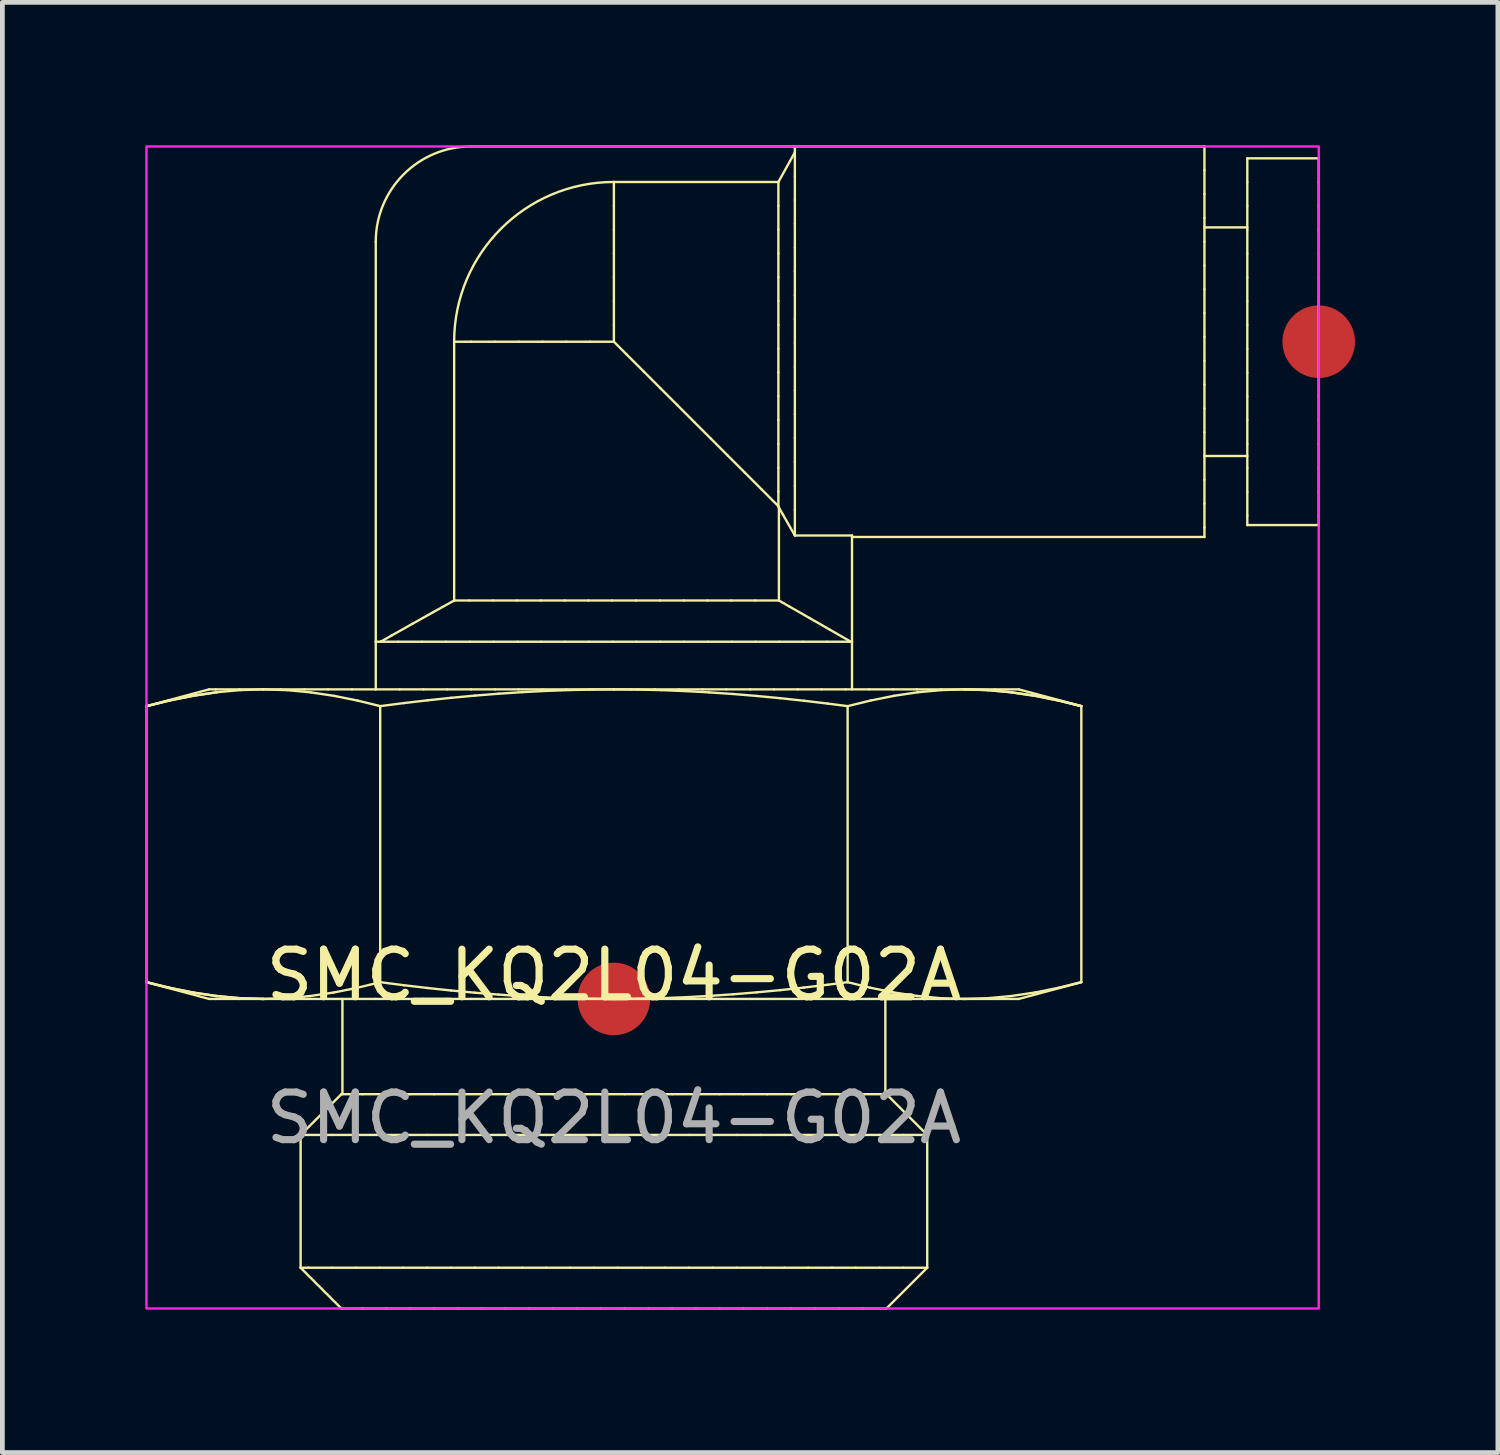
<source format=kicad_pcb>
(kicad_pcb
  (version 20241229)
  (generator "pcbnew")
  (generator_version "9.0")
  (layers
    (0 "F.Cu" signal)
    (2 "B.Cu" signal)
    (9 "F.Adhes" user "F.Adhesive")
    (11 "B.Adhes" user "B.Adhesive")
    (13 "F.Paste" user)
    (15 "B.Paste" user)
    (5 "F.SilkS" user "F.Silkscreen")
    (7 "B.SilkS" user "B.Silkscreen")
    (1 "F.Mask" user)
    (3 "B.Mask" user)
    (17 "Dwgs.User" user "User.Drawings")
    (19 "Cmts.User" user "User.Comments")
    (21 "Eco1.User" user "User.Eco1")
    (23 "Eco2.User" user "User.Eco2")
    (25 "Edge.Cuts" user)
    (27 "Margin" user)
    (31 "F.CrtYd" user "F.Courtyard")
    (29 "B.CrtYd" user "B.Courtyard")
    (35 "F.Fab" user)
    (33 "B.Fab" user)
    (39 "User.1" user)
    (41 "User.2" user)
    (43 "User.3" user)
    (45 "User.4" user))
  (footprint "SMC_KQ2L04-G02A"
    (layer "F.Cu")
    (at 9.84 17.925)
    (property "Reference" "SMC_KQ2L04-G02A" (at 0 -0.5 0) (unlocked yes) (layer "F.SilkS") (effects (font (size 1 1) (thickness 0.15))))
    (attr smd)
    (fp_line (start -9.814 -6.148) (end -9.814 -0.352) (stroke (width 0.05) (type solid)) (layer "F.SilkS"))
    (fp_line (start -9.814 -6.148) (end -9.329 -6.267) (stroke (width 0.05) (type solid)) (layer "F.SilkS"))
    (fp_line (start -9.814 -0.352) (end -9.329 -0.233) (stroke (width 0.05) (type solid)) (layer "F.SilkS"))
    (fp_line (start -9.812 -6.148) (end -9.814 -6.148) (stroke (width 0.05) (type solid)) (layer "F.SilkS"))
    (fp_line (start -9.343 -0.236) (end -9.814 -0.352) (stroke (width 0.05) (type solid)) (layer "F.SilkS"))
    (fp_line (start -9.329 -6.267) (end -8.839 -6.365) (stroke (width 0.05) (type solid)) (layer "F.SilkS"))
    (fp_line (start -9.329 -0.233) (end -8.839 -0.135) (stroke (width 0.05) (type solid)) (layer "F.SilkS"))
    (fp_line (start -9.327 -6.268) (end -9.812 -6.148) (stroke (width 0.05) (type solid)) (layer "F.SilkS"))
    (fp_line (start -8.853 -0.137) (end -9.343 -0.236) (stroke (width 0.05) (type solid)) (layer "F.SilkS"))
    (fp_line (start -8.839 -6.365) (end -8.344 -6.439) (stroke (width 0.05) (type solid)) (layer "F.SilkS"))
    (fp_line (start -8.839 -0.135) (end -8.344 -0.061) (stroke (width 0.05) (type solid)) (layer "F.SilkS"))
    (fp_line (start -8.837 -6.366) (end -9.327 -6.268) (stroke (width 0.05) (type solid)) (layer "F.SilkS"))
    (fp_line (start -8.5 -6.5) (end -9.814 -6.148) (stroke (width 0.05) (type solid)) (layer "F.SilkS"))
    (fp_line (start -8.5 0) (end -9.814 -0.352) (stroke (width 0.05) (type solid)) (layer "F.SilkS"))
    (fp_line (start -8.361 -6.5) (end -8.5 -6.5) (stroke (width 0.05) (type solid)) (layer "F.SilkS"))
    (fp_line (start -8.361 0) (end -8.5 0) (stroke (width 0.05) (type solid)) (layer "F.SilkS"))
    (fp_line (start -8.358 -0.063) (end -8.853 -0.137) (stroke (width 0.05) (type solid)) (layer "F.SilkS"))
    (fp_line (start -8.344 -6.439) (end -7.846 -6.485) (stroke (width 0.05) (type solid)) (layer "F.SilkS"))
    (fp_line (start -8.344 -0.061) (end -7.846 -0.015) (stroke (width 0.05) (type solid)) (layer "F.SilkS"))
    (fp_line (start -8.342 -6.439) (end -8.837 -6.366) (stroke (width 0.05) (type solid)) (layer "F.SilkS"))
    (fp_line (start -7.861 -6.5) (end -8.361 -6.5) (stroke (width 0.05) (type solid)) (layer "F.SilkS"))
    (fp_line (start -7.861 0) (end -8.361 0) (stroke (width 0.05) (type solid)) (layer "F.SilkS"))
    (fp_line (start -7.86 -0.016) (end -8.358 -0.063) (stroke (width 0.05) (type solid)) (layer "F.SilkS"))
    (fp_line (start -7.846 -6.485) (end -7.361 -6.5) (stroke (width 0.05) (type solid)) (layer "F.SilkS"))
    (fp_line (start -7.846 -0.015) (end -7.361 0) (stroke (width 0.05) (type solid)) (layer "F.SilkS"))
    (fp_line (start -7.361 -6.5) (end -7.861 -6.5) (stroke (width 0.05) (type solid)) (layer "F.SilkS"))
    (fp_line (start -7.361 -6.5) (end -6.861 -6.484) (stroke (width 0.05) (type solid)) (layer "F.SilkS"))
    (fp_line (start -7.361 0) (end -7.861 0) (stroke (width 0.05) (type solid)) (layer "F.SilkS"))
    (fp_line (start -7.361 0) (end -7.86 -0.016) (stroke (width 0.05) (type solid)) (layer "F.SilkS"))
    (fp_line (start -7 -6.5) (end -7.361 -6.5) (stroke (width 0.05) (type solid)) (layer "F.SilkS"))
    (fp_line (start -7 0) (end -7.361 0) (stroke (width 0.05) (type solid)) (layer "F.SilkS"))
    (fp_line (start -6.875 -0.015) (end -7.361 0) (stroke (width 0.05) (type solid)) (layer "F.SilkS"))
    (fp_line (start -6.861 -6.484) (end -6.363 -6.437) (stroke (width 0.05) (type solid)) (layer "F.SilkS"))
    (fp_line (start -6.578 5.644) (end -6.578 2.856) (stroke (width 0.05) (type solid)) (layer "F.SilkS"))
    (fp_line (start -6.5 -6.5) (end -7 -6.5) (stroke (width 0.05) (type solid)) (layer "F.SilkS"))
    (fp_line (start -6.5 0) (end -7 0) (stroke (width 0.05) (type solid)) (layer "F.SilkS"))
    (fp_line (start -6.421 2.856) (end -6.578 2.856) (stroke (width 0.05) (type solid)) (layer "F.SilkS"))
    (fp_line (start -6.421 5.644) (end -6.578 5.644) (stroke (width 0.05) (type solid)) (layer "F.SilkS"))
    (fp_line (start -6.377 -0.061) (end -6.875 -0.015) (stroke (width 0.05) (type solid)) (layer "F.SilkS"))
    (fp_line (start -6.363 -6.437) (end -5.869 -6.363) (stroke (width 0.05) (type solid)) (layer "F.SilkS"))
    (fp_line (start -6 -6.5) (end -6.5 -6.5) (stroke (width 0.05) (type solid)) (layer "F.SilkS"))
    (fp_line (start -6 0) (end -6.5 0) (stroke (width 0.05) (type solid)) (layer "F.SilkS"))
    (fp_line (start -5.921 2.856) (end -6.421 2.856) (stroke (width 0.05) (type solid)) (layer "F.SilkS"))
    (fp_line (start -5.921 5.644) (end -6.421 5.644) (stroke (width 0.05) (type solid)) (layer "F.SilkS"))
    (fp_line (start -5.883 -0.135) (end -6.377 -0.061) (stroke (width 0.05) (type solid)) (layer "F.SilkS"))
    (fp_line (start -5.869 -6.363) (end -5.379 -6.264) (stroke (width 0.05) (type solid)) (layer "F.SilkS"))
    (fp_line (start -5.722 2) (end -6.578 2.856) (stroke (width 0.05) (type solid)) (layer "F.SilkS"))
    (fp_line (start -5.722 6.5) (end -6.578 5.644) (stroke (width 0.05) (type solid)) (layer "F.SilkS"))
    (fp_line (start -5.7 2) (end -5.7 0) (stroke (width 0.05) (type solid)) (layer "F.SilkS"))
    (fp_line (start -5.5 -6.5) (end -6 -6.5) (stroke (width 0.05) (type solid)) (layer "F.SilkS"))
    (fp_line (start -5.5 0) (end -6 0) (stroke (width 0.05) (type solid)) (layer "F.SilkS"))
    (fp_line (start -5.421 2.856) (end -5.921 2.856) (stroke (width 0.05) (type solid)) (layer "F.SilkS"))
    (fp_line (start -5.421 5.644) (end -5.921 5.644) (stroke (width 0.05) (type solid)) (layer "F.SilkS"))
    (fp_line (start -5.392 -0.233) (end -5.883 -0.135) (stroke (width 0.05) (type solid)) (layer "F.SilkS"))
    (fp_line (start -5.379 -6.264) (end -4.907 -6.148) (stroke (width 0.05) (type solid)) (layer "F.SilkS"))
    (fp_line (start -5.277 2) (end -5.722 2) (stroke (width 0.05) (type solid)) (layer "F.SilkS"))
    (fp_line (start -5.277 6.5) (end -5.722 6.5) (stroke (width 0.05) (type solid)) (layer "F.SilkS"))
    (fp_line (start -5 -15.9) (end -5 -7.5) (stroke (width 0.05) (type solid)) (layer "F.SilkS"))
    (fp_line (start -5 -7.5) (end -4.899 -7.5) (stroke (width 0.05) (type solid)) (layer "F.SilkS"))
    (fp_line (start -5 -6.5) (end -5.5 -6.5) (stroke (width 0.05) (type solid)) (layer "F.SilkS"))
    (fp_line (start -5 -6.5) (end -5 -7.5) (stroke (width 0.05) (type solid)) (layer "F.SilkS"))
    (fp_line (start -5 0) (end -5.5 0) (stroke (width 0.05) (type solid)) (layer "F.SilkS"))
    (fp_line (start -4.921 2.856) (end -5.421 2.856) (stroke (width 0.05) (type solid)) (layer "F.SilkS"))
    (fp_line (start -4.921 5.644) (end -5.421 5.644) (stroke (width 0.05) (type solid)) (layer "F.SilkS"))
    (fp_line (start -4.907 -6.148) (end -4.907 -0.352) (stroke (width 0.05) (type solid)) (layer "F.SilkS"))
    (fp_line (start -4.907 -6.148) (end -4.411 -6.212) (stroke (width 0.05) (type solid)) (layer "F.SilkS"))
    (fp_line (start -4.907 -0.352) (end -5.392 -0.233) (stroke (width 0.05) (type solid)) (layer "F.SilkS"))
    (fp_line (start -4.907 -0.352) (end -4.411 -0.288) (stroke (width 0.05) (type solid)) (layer "F.SilkS"))
    (fp_line (start -4.777 2) (end -5.277 2) (stroke (width 0.05) (type solid)) (layer "F.SilkS"))
    (fp_line (start -4.777 6.5) (end -5.277 6.5) (stroke (width 0.05) (type solid)) (layer "F.SilkS"))
    (fp_line (start -4.663 -7.633) (end -4.899 -7.5) (stroke (width 0.05) (type solid)) (layer "F.SilkS"))
    (fp_line (start -4.525 -7.5) (end -4.899 -7.5) (stroke (width 0.05) (type solid)) (layer "F.SilkS"))
    (fp_line (start -4.5 -6.5) (end -5 -6.5) (stroke (width 0.05) (type solid)) (layer "F.SilkS"))
    (fp_line (start -4.5 0) (end -5 0) (stroke (width 0.05) (type solid)) (layer "F.SilkS"))
    (fp_line (start -4.421 2.856) (end -4.921 2.856) (stroke (width 0.05) (type solid)) (layer "F.SilkS"))
    (fp_line (start -4.421 5.644) (end -4.921 5.644) (stroke (width 0.05) (type solid)) (layer "F.SilkS"))
    (fp_line (start -4.411 -6.212) (end -3.915 -6.27) (stroke (width 0.05) (type solid)) (layer "F.SilkS"))
    (fp_line (start -4.411 -0.288) (end -3.915 -0.23) (stroke (width 0.05) (type solid)) (layer "F.SilkS"))
    (fp_line (start -4.277 2) (end -4.777 2) (stroke (width 0.05) (type solid)) (layer "F.SilkS"))
    (fp_line (start -4.277 6.5) (end -4.777 6.5) (stroke (width 0.05) (type solid)) (layer "F.SilkS"))
    (fp_line (start -4.227 -7.879) (end -4.663 -7.633) (stroke (width 0.05) (type solid)) (layer "F.SilkS"))
    (fp_line (start -4.025 -7.5) (end -4.525 -7.5) (stroke (width 0.05) (type solid)) (layer "F.SilkS"))
    (fp_line (start -4 -6.5) (end -4.5 -6.5) (stroke (width 0.05) (type solid)) (layer "F.SilkS"))
    (fp_line (start -4 0) (end -4.5 0) (stroke (width 0.05) (type solid)) (layer "F.SilkS"))
    (fp_line (start -3.921 2.856) (end -4.421 2.856) (stroke (width 0.05) (type solid)) (layer "F.SilkS"))
    (fp_line (start -3.921 5.644) (end -4.421 5.644) (stroke (width 0.05) (type solid)) (layer "F.SilkS"))
    (fp_line (start -3.915 -6.27) (end -3.417 -6.323) (stroke (width 0.05) (type solid)) (layer "F.SilkS"))
    (fp_line (start -3.915 -0.23) (end -3.417 -0.177) (stroke (width 0.05) (type solid)) (layer "F.SilkS"))
    (fp_line (start -3.791 -8.123) (end -4.227 -7.879) (stroke (width 0.05) (type solid)) (layer "F.SilkS"))
    (fp_line (start -3.777 2) (end -4.277 2) (stroke (width 0.05) (type solid)) (layer "F.SilkS"))
    (fp_line (start -3.777 6.5) (end -4.277 6.5) (stroke (width 0.05) (type solid)) (layer "F.SilkS"))
    (fp_line (start -3.525 -7.5) (end -4.025 -7.5) (stroke (width 0.05) (type solid)) (layer "F.SilkS"))
    (fp_line (start -3.5 -6.5) (end -4 -6.5) (stroke (width 0.05) (type solid)) (layer "F.SilkS"))
    (fp_line (start -3.5 0) (end -4 0) (stroke (width 0.05) (type solid)) (layer "F.SilkS"))
    (fp_line (start -3.421 2.856) (end -3.921 2.856) (stroke (width 0.05) (type solid)) (layer "F.SilkS"))
    (fp_line (start -3.421 5.644) (end -3.921 5.644) (stroke (width 0.05) (type solid)) (layer "F.SilkS"))
    (fp_line (start -3.417 -6.323) (end -2.92 -6.369) (stroke (width 0.05) (type solid)) (layer "F.SilkS"))
    (fp_line (start -3.417 -0.177) (end -2.92 -0.131) (stroke (width 0.05) (type solid)) (layer "F.SilkS"))
    (fp_line (start -3.354 -13.8) (end -3.354 -8.366) (stroke (width 0.05) (type solid)) (layer "F.SilkS"))
    (fp_line (start -3.354 -8.366) (end -3.791 -8.123) (stroke (width 0.05) (type solid)) (layer "F.SilkS"))
    (fp_line (start -3.277 2) (end -3.777 2) (stroke (width 0.05) (type solid)) (layer "F.SilkS"))
    (fp_line (start -3.277 6.5) (end -3.777 6.5) (stroke (width 0.05) (type solid)) (layer "F.SilkS"))
    (fp_line (start -3.035 -8.366) (end -3.354 -8.366) (stroke (width 0.05) (type solid)) (layer "F.SilkS"))
    (fp_line (start -3.025 -7.5) (end -3.525 -7.5) (stroke (width 0.05) (type solid)) (layer "F.SilkS"))
    (fp_line (start -3 -13.8) (end -3.354 -13.8) (stroke (width 0.05) (type solid)) (layer "F.SilkS"))
    (fp_line (start -3 -6.5) (end -3.5 -6.5) (stroke (width 0.05) (type solid)) (layer "F.SilkS"))
    (fp_line (start -3 0) (end -3.5 0) (stroke (width 0.05) (type solid)) (layer "F.SilkS"))
    (fp_line (start -2.921 2.856) (end -3.421 2.856) (stroke (width 0.05) (type solid)) (layer "F.SilkS"))
    (fp_line (start -2.921 5.644) (end -3.421 5.644) (stroke (width 0.05) (type solid)) (layer "F.SilkS"))
    (fp_line (start -2.92 -6.369) (end -2.421 -6.409) (stroke (width 0.05) (type solid)) (layer "F.SilkS"))
    (fp_line (start -2.92 -0.131) (end -2.421 -0.091) (stroke (width 0.05) (type solid)) (layer "F.SilkS"))
    (fp_line (start -2.777 2) (end -3.277 2) (stroke (width 0.05) (type solid)) (layer "F.SilkS"))
    (fp_line (start -2.777 6.5) (end -3.277 6.5) (stroke (width 0.05) (type solid)) (layer "F.SilkS"))
    (fp_line (start -2.535 -8.366) (end -3.035 -8.366) (stroke (width 0.05) (type solid)) (layer "F.SilkS"))
    (fp_line (start -2.525 -7.5) (end -3.025 -7.5) (stroke (width 0.05) (type solid)) (layer "F.SilkS"))
    (fp_line (start -2.5 -13.8) (end -3 -13.8) (stroke (width 0.05) (type solid)) (layer "F.SilkS"))
    (fp_line (start -2.5 -6.5) (end -3 -6.5) (stroke (width 0.05) (type solid)) (layer "F.SilkS"))
    (fp_line (start -2.5 0) (end -3 0) (stroke (width 0.05) (type solid)) (layer "F.SilkS"))
    (fp_line (start -2.421 -6.409) (end -1.922 -6.442) (stroke (width 0.05) (type solid)) (layer "F.SilkS"))
    (fp_line (start -2.421 -0.091) (end -1.922 -0.058) (stroke (width 0.05) (type solid)) (layer "F.SilkS"))
    (fp_line (start -2.421 2.856) (end -2.921 2.856) (stroke (width 0.05) (type solid)) (layer "F.SilkS"))
    (fp_line (start -2.421 5.644) (end -2.921 5.644) (stroke (width 0.05) (type solid)) (layer "F.SilkS"))
    (fp_line (start -2.277 2) (end -2.777 2) (stroke (width 0.05) (type solid)) (layer "F.SilkS"))
    (fp_line (start -2.277 6.5) (end -2.777 6.5) (stroke (width 0.05) (type solid)) (layer "F.SilkS"))
    (fp_line (start -2.035 -8.366) (end -2.535 -8.366) (stroke (width 0.05) (type solid)) (layer "F.SilkS"))
    (fp_line (start -2.025 -7.5) (end -2.525 -7.5) (stroke (width 0.05) (type solid)) (layer "F.SilkS"))
    (fp_line (start -2 -13.8) (end -2.5 -13.8) (stroke (width 0.05) (type solid)) (layer "F.SilkS"))
    (fp_line (start -2 -6.5) (end -2.5 -6.5) (stroke (width 0.05) (type solid)) (layer "F.SilkS"))
    (fp_line (start -2 0) (end -2.5 0) (stroke (width 0.05) (type solid)) (layer "F.SilkS"))
    (fp_line (start -1.922 -6.442) (end -1.423 -6.468) (stroke (width 0.05) (type solid)) (layer "F.SilkS"))
    (fp_line (start -1.922 -0.058) (end -1.423 -0.032) (stroke (width 0.05) (type solid)) (layer "F.SilkS"))
    (fp_line (start -1.921 2.856) (end -2.421 2.856) (stroke (width 0.05) (type solid)) (layer "F.SilkS"))
    (fp_line (start -1.921 5.644) (end -2.421 5.644) (stroke (width 0.05) (type solid)) (layer "F.SilkS"))
    (fp_line (start -1.777 2) (end -2.277 2) (stroke (width 0.05) (type solid)) (layer "F.SilkS"))
    (fp_line (start -1.777 6.5) (end -2.277 6.5) (stroke (width 0.05) (type solid)) (layer "F.SilkS"))
    (fp_line (start -1.535 -8.366) (end -2.035 -8.366) (stroke (width 0.05) (type solid)) (layer "F.SilkS"))
    (fp_line (start -1.525 -7.5) (end -2.025 -7.5) (stroke (width 0.05) (type solid)) (layer "F.SilkS"))
    (fp_line (start -1.5 -13.8) (end -2 -13.8) (stroke (width 0.05) (type solid)) (layer "F.SilkS"))
    (fp_line (start -1.5 -6.5) (end -2 -6.5) (stroke (width 0.05) (type solid)) (layer "F.SilkS"))
    (fp_line (start -1.5 0) (end -2 0) (stroke (width 0.05) (type solid)) (layer "F.SilkS"))
    (fp_line (start -1.423 -6.468) (end -0.923 -6.486) (stroke (width 0.05) (type solid)) (layer "F.SilkS"))
    (fp_line (start -1.423 -0.032) (end -0.923 -0.013) (stroke (width 0.05) (type solid)) (layer "F.SilkS"))
    (fp_line (start -1.421 2.856) (end -1.921 2.856) (stroke (width 0.05) (type solid)) (layer "F.SilkS"))
    (fp_line (start -1.421 5.644) (end -1.921 5.644) (stroke (width 0.05) (type solid)) (layer "F.SilkS"))
    (fp_line (start -1.277 2) (end -1.777 2) (stroke (width 0.05) (type solid)) (layer "F.SilkS"))
    (fp_line (start -1.277 6.5) (end -1.777 6.5) (stroke (width 0.05) (type solid)) (layer "F.SilkS"))
    (fp_line (start -1.035 -8.366) (end -1.535 -8.366) (stroke (width 0.05) (type solid)) (layer "F.SilkS"))
    (fp_line (start -1.025 -7.5) (end -1.525 -7.5) (stroke (width 0.05) (type solid)) (layer "F.SilkS"))
    (fp_line (start -1 -13.8) (end -1.5 -13.8) (stroke (width 0.05) (type solid)) (layer "F.SilkS"))
    (fp_line (start -1 -6.5) (end -1.5 -6.5) (stroke (width 0.05) (type solid)) (layer "F.SilkS"))
    (fp_line (start -1 0) (end -1.5 0) (stroke (width 0.05) (type solid)) (layer "F.SilkS"))
    (fp_line (start -0.923 -6.486) (end -0.423 -6.497) (stroke (width 0.05) (type solid)) (layer "F.SilkS"))
    (fp_line (start -0.923 -0.013) (end -0.423 -0.003) (stroke (width 0.05) (type solid)) (layer "F.SilkS"))
    (fp_line (start -0.921 2.856) (end -1.421 2.856) (stroke (width 0.05) (type solid)) (layer "F.SilkS"))
    (fp_line (start -0.921 5.644) (end -1.421 5.644) (stroke (width 0.05) (type solid)) (layer "F.SilkS"))
    (fp_line (start -0.777 2) (end -1.277 2) (stroke (width 0.05) (type solid)) (layer "F.SilkS"))
    (fp_line (start -0.777 6.5) (end -1.277 6.5) (stroke (width 0.05) (type solid)) (layer "F.SilkS"))
    (fp_line (start -0.535 -8.366) (end -1.035 -8.366) (stroke (width 0.05) (type solid)) (layer "F.SilkS"))
    (fp_line (start -0.525 -7.5) (end -1.025 -7.5) (stroke (width 0.05) (type solid)) (layer "F.SilkS"))
    (fp_line (start -0.5 -13.8) (end -1 -13.8) (stroke (width 0.05) (type solid)) (layer "F.SilkS"))
    (fp_line (start -0.5 -6.5) (end -1 -6.5) (stroke (width 0.05) (type solid)) (layer "F.SilkS"))
    (fp_line (start -0.5 0) (end -1 0) (stroke (width 0.05) (type solid)) (layer "F.SilkS"))
    (fp_line (start -0.423 -6.497) (end 0 -6.5) (stroke (width 0.05) (type solid)) (layer "F.SilkS"))
    (fp_line (start -0.423 -0.003) (end 0 0) (stroke (width 0.05) (type solid)) (layer "F.SilkS"))
    (fp_line (start -0.421 2.856) (end -0.921 2.856) (stroke (width 0.05) (type solid)) (layer "F.SilkS"))
    (fp_line (start -0.421 5.644) (end -0.921 5.644) (stroke (width 0.05) (type solid)) (layer "F.SilkS"))
    (fp_line (start -0.277 2) (end -0.777 2) (stroke (width 0.05) (type solid)) (layer "F.SilkS"))
    (fp_line (start -0.277 6.5) (end -0.777 6.5) (stroke (width 0.05) (type solid)) (layer "F.SilkS"))
    (fp_line (start -0.035 -8.366) (end -0.535 -8.366) (stroke (width 0.05) (type solid)) (layer "F.SilkS"))
    (fp_line (start -0.025 -7.5) (end -0.525 -7.5) (stroke (width 0.05) (type solid)) (layer "F.SilkS"))
    (fp_line (start 0 -17.154) (end 0 -16.654) (stroke (width 0.05) (type solid)) (layer "F.SilkS"))
    (fp_line (start 0 -17.154) (end 3.454 -17.154) (stroke (width 0.05) (type solid)) (layer "F.SilkS"))
    (fp_line (start 0 -16.654) (end 0 -16.154) (stroke (width 0.05) (type solid)) (layer "F.SilkS"))
    (fp_line (start 0 -16.154) (end 0 -15.654) (stroke (width 0.05) (type solid)) (layer "F.SilkS"))
    (fp_line (start 0 -15.654) (end 0 -15.154) (stroke (width 0.05) (type solid)) (layer "F.SilkS"))
    (fp_line (start 0 -15.154) (end 0 -14.654) (stroke (width 0.05) (type solid)) (layer "F.SilkS"))
    (fp_line (start 0 -14.654) (end 0 -14.154) (stroke (width 0.05) (type solid)) (layer "F.SilkS"))
    (fp_line (start 0 -14.154) (end 0 -13.8) (stroke (width 0.05) (type solid)) (layer "F.SilkS"))
    (fp_line (start 0 -13.8) (end -0.5 -13.8) (stroke (width 0.05) (type solid)) (layer "F.SilkS"))
    (fp_line (start 0 -6.5) (end -0.5 -6.5) (stroke (width 0.05) (type solid)) (layer "F.SilkS"))
    (fp_line (start 0 -6.5) (end 0.5 -6.496) (stroke (width 0.05) (type solid)) (layer "F.SilkS"))
    (fp_line (start 0 0) (end -0.5 0) (stroke (width 0.05) (type solid)) (layer "F.SilkS"))
    (fp_line (start 0 0) (end 0.5 -0.004) (stroke (width 0.05) (type solid)) (layer "F.SilkS"))
    (fp_line (start 0.079 2.856) (end -0.421 2.856) (stroke (width 0.05) (type solid)) (layer "F.SilkS"))
    (fp_line (start 0.079 5.644) (end -0.421 5.644) (stroke (width 0.05) (type solid)) (layer "F.SilkS"))
    (fp_line (start 0.223 2) (end -0.277 2) (stroke (width 0.05) (type solid)) (layer "F.SilkS"))
    (fp_line (start 0.223 6.5) (end -0.277 6.5) (stroke (width 0.05) (type solid)) (layer "F.SilkS"))
    (fp_line (start 0.272 -13.528) (end 0 -13.8) (stroke (width 0.05) (type solid)) (layer "F.SilkS"))
    (fp_line (start 0.362 -6.5) (end 0 -6.5) (stroke (width 0.05) (type solid)) (layer "F.SilkS"))
    (fp_line (start 0.362 0) (end 0 0) (stroke (width 0.05) (type solid)) (layer "F.SilkS"))
    (fp_line (start 0.465 -8.366) (end -0.035 -8.366) (stroke (width 0.05) (type solid)) (layer "F.SilkS"))
    (fp_line (start 0.475 -7.5) (end -0.025 -7.5) (stroke (width 0.05) (type solid)) (layer "F.SilkS"))
    (fp_line (start 0.5 -6.496) (end 1 -6.484) (stroke (width 0.05) (type solid)) (layer "F.SilkS"))
    (fp_line (start 0.5 -0.004) (end 1 -0.016) (stroke (width 0.05) (type solid)) (layer "F.SilkS"))
    (fp_line (start 0.579 2.856) (end 0.079 2.856) (stroke (width 0.05) (type solid)) (layer "F.SilkS"))
    (fp_line (start 0.579 5.644) (end 0.079 5.644) (stroke (width 0.05) (type solid)) (layer "F.SilkS"))
    (fp_line (start 0.626 -13.175) (end 0.272 -13.528) (stroke (width 0.05) (type solid)) (layer "F.SilkS"))
    (fp_line (start 0.723 2) (end 0.223 2) (stroke (width 0.05) (type solid)) (layer "F.SilkS"))
    (fp_line (start 0.723 6.5) (end 0.223 6.5) (stroke (width 0.05) (type solid)) (layer "F.SilkS"))
    (fp_line (start 0.862 -6.5) (end 0.362 -6.5) (stroke (width 0.05) (type solid)) (layer "F.SilkS"))
    (fp_line (start 0.862 0) (end 0.362 0) (stroke (width 0.05) (type solid)) (layer "F.SilkS"))
    (fp_line (start 0.965 -8.366) (end 0.465 -8.366) (stroke (width 0.05) (type solid)) (layer "F.SilkS"))
    (fp_line (start 0.975 -7.5) (end 0.475 -7.5) (stroke (width 0.05) (type solid)) (layer "F.SilkS"))
    (fp_line (start 0.979 -12.821) (end 0.626 -13.175) (stroke (width 0.05) (type solid)) (layer "F.SilkS"))
    (fp_line (start 1 -6.484) (end 1.5 -6.464) (stroke (width 0.05) (type solid)) (layer "F.SilkS"))
    (fp_line (start 1 -0.016) (end 1.5 -0.036) (stroke (width 0.05) (type solid)) (layer "F.SilkS"))
    (fp_line (start 1.079 2.856) (end 0.579 2.856) (stroke (width 0.05) (type solid)) (layer "F.SilkS"))
    (fp_line (start 1.079 5.644) (end 0.579 5.644) (stroke (width 0.05) (type solid)) (layer "F.SilkS"))
    (fp_line (start 1.223 2) (end 0.723 2) (stroke (width 0.05) (type solid)) (layer "F.SilkS"))
    (fp_line (start 1.223 6.5) (end 0.723 6.5) (stroke (width 0.05) (type solid)) (layer "F.SilkS"))
    (fp_line (start 1.333 -12.468) (end 0.979 -12.821) (stroke (width 0.05) (type solid)) (layer "F.SilkS"))
    (fp_line (start 1.362 -6.5) (end 0.862 -6.5) (stroke (width 0.05) (type solid)) (layer "F.SilkS"))
    (fp_line (start 1.362 0) (end 0.862 0) (stroke (width 0.05) (type solid)) (layer "F.SilkS"))
    (fp_line (start 1.465 -8.366) (end 0.965 -8.366) (stroke (width 0.05) (type solid)) (layer "F.SilkS"))
    (fp_line (start 1.475 -7.5) (end 0.975 -7.5) (stroke (width 0.05) (type solid)) (layer "F.SilkS"))
    (fp_line (start 1.5 -6.464) (end 1.999 -6.437) (stroke (width 0.05) (type solid)) (layer "F.SilkS"))
    (fp_line (start 1.5 -0.036) (end 1.999 -0.063) (stroke (width 0.05) (type solid)) (layer "F.SilkS"))
    (fp_line (start 1.579 2.856) (end 1.079 2.856) (stroke (width 0.05) (type solid)) (layer "F.SilkS"))
    (fp_line (start 1.579 5.644) (end 1.079 5.644) (stroke (width 0.05) (type solid)) (layer "F.SilkS"))
    (fp_line (start 1.686 -12.114) (end 1.333 -12.468) (stroke (width 0.05) (type solid)) (layer "F.SilkS"))
    (fp_line (start 1.723 2) (end 1.223 2) (stroke (width 0.05) (type solid)) (layer "F.SilkS"))
    (fp_line (start 1.723 6.5) (end 1.223 6.5) (stroke (width 0.05) (type solid)) (layer "F.SilkS"))
    (fp_line (start 1.862 -6.5) (end 1.362 -6.5) (stroke (width 0.05) (type solid)) (layer "F.SilkS"))
    (fp_line (start 1.862 0) (end 1.362 0) (stroke (width 0.05) (type solid)) (layer "F.SilkS"))
    (fp_line (start 1.965 -8.366) (end 1.465 -8.366) (stroke (width 0.05) (type solid)) (layer "F.SilkS"))
    (fp_line (start 1.975 -7.5) (end 1.475 -7.5) (stroke (width 0.05) (type solid)) (layer "F.SilkS"))
    (fp_line (start 1.999 -6.437) (end 2.498 -6.403) (stroke (width 0.05) (type solid)) (layer "F.SilkS"))
    (fp_line (start 1.999 -0.063) (end 2.498 -0.097) (stroke (width 0.05) (type solid)) (layer "F.SilkS"))
    (fp_line (start 2.04 -11.761) (end 1.686 -12.114) (stroke (width 0.05) (type solid)) (layer "F.SilkS"))
    (fp_line (start 2.079 2.856) (end 1.579 2.856) (stroke (width 0.05) (type solid)) (layer "F.SilkS"))
    (fp_line (start 2.079 5.644) (end 1.579 5.644) (stroke (width 0.05) (type solid)) (layer "F.SilkS"))
    (fp_line (start 2.223 2) (end 1.723 2) (stroke (width 0.05) (type solid)) (layer "F.SilkS"))
    (fp_line (start 2.223 6.5) (end 1.723 6.5) (stroke (width 0.05) (type solid)) (layer "F.SilkS"))
    (fp_line (start 2.362 -6.5) (end 1.862 -6.5) (stroke (width 0.05) (type solid)) (layer "F.SilkS"))
    (fp_line (start 2.362 0) (end 1.862 0) (stroke (width 0.05) (type solid)) (layer "F.SilkS"))
    (fp_line (start 2.393 -11.407) (end 2.04 -11.761) (stroke (width 0.05) (type solid)) (layer "F.SilkS"))
    (fp_line (start 2.465 -8.366) (end 1.965 -8.366) (stroke (width 0.05) (type solid)) (layer "F.SilkS"))
    (fp_line (start 2.475 -7.5) (end 1.975 -7.5) (stroke (width 0.05) (type solid)) (layer "F.SilkS"))
    (fp_line (start 2.498 -6.403) (end 2.996 -6.362) (stroke (width 0.05) (type solid)) (layer "F.SilkS"))
    (fp_line (start 2.498 -0.097) (end 2.996 -0.138) (stroke (width 0.05) (type solid)) (layer "F.SilkS"))
    (fp_line (start 2.579 2.856) (end 2.079 2.856) (stroke (width 0.05) (type solid)) (layer "F.SilkS"))
    (fp_line (start 2.579 5.644) (end 2.079 5.644) (stroke (width 0.05) (type solid)) (layer "F.SilkS"))
    (fp_line (start 2.723 2) (end 2.223 2) (stroke (width 0.05) (type solid)) (layer "F.SilkS"))
    (fp_line (start 2.723 6.5) (end 2.223 6.5) (stroke (width 0.05) (type solid)) (layer "F.SilkS"))
    (fp_line (start 2.747 -11.054) (end 2.393 -11.407) (stroke (width 0.05) (type solid)) (layer "F.SilkS"))
    (fp_line (start 2.862 -6.5) (end 2.362 -6.5) (stroke (width 0.05) (type solid)) (layer "F.SilkS"))
    (fp_line (start 2.862 0) (end 2.362 0) (stroke (width 0.05) (type solid)) (layer "F.SilkS"))
    (fp_line (start 2.965 -8.366) (end 2.465 -8.366) (stroke (width 0.05) (type solid)) (layer "F.SilkS"))
    (fp_line (start 2.975 -7.5) (end 2.475 -7.5) (stroke (width 0.05) (type solid)) (layer "F.SilkS"))
    (fp_line (start 2.996 -6.362) (end 3.494 -6.315) (stroke (width 0.05) (type solid)) (layer "F.SilkS"))
    (fp_line (start 2.996 -0.138) (end 3.494 -0.185) (stroke (width 0.05) (type solid)) (layer "F.SilkS"))
    (fp_line (start 3.079 2.856) (end 2.579 2.856) (stroke (width 0.05) (type solid)) (layer "F.SilkS"))
    (fp_line (start 3.079 5.644) (end 2.579 5.644) (stroke (width 0.05) (type solid)) (layer "F.SilkS"))
    (fp_line (start 3.101 -10.7) (end 2.747 -11.054) (stroke (width 0.05) (type solid)) (layer "F.SilkS"))
    (fp_line (start 3.223 2) (end 2.723 2) (stroke (width 0.05) (type solid)) (layer "F.SilkS"))
    (fp_line (start 3.223 6.5) (end 2.723 6.5) (stroke (width 0.05) (type solid)) (layer "F.SilkS"))
    (fp_line (start 3.362 -6.5) (end 2.862 -6.5) (stroke (width 0.05) (type solid)) (layer "F.SilkS"))
    (fp_line (start 3.362 0) (end 2.862 0) (stroke (width 0.05) (type solid)) (layer "F.SilkS"))
    (fp_line (start 3.454 -17.154) (end 3.454 -16.654) (stroke (width 0.05) (type solid)) (layer "F.SilkS"))
    (fp_line (start 3.454 -17.154) (end 3.697 -17.591) (stroke (width 0.05) (type solid)) (layer "F.SilkS"))
    (fp_line (start 3.454 -16.654) (end 3.454 -16.154) (stroke (width 0.05) (type solid)) (layer "F.SilkS"))
    (fp_line (start 3.454 -16.154) (end 3.454 -15.654) (stroke (width 0.05) (type solid)) (layer "F.SilkS"))
    (fp_line (start 3.454 -15.654) (end 3.454 -15.154) (stroke (width 0.05) (type solid)) (layer "F.SilkS"))
    (fp_line (start 3.454 -15.154) (end 3.454 -14.654) (stroke (width 0.05) (type solid)) (layer "F.SilkS"))
    (fp_line (start 3.454 -14.654) (end 3.454 -14.154) (stroke (width 0.05) (type solid)) (layer "F.SilkS"))
    (fp_line (start 3.454 -14.154) (end 3.454 -13.654) (stroke (width 0.05) (type solid)) (layer "F.SilkS"))
    (fp_line (start 3.454 -13.654) (end 3.454 -13.154) (stroke (width 0.05) (type solid)) (layer "F.SilkS"))
    (fp_line (start 3.454 -13.154) (end 3.454 -12.654) (stroke (width 0.05) (type solid)) (layer "F.SilkS"))
    (fp_line (start 3.454 -12.654) (end 3.454 -12.154) (stroke (width 0.05) (type solid)) (layer "F.SilkS"))
    (fp_line (start 3.454 -12.154) (end 3.454 -11.654) (stroke (width 0.05) (type solid)) (layer "F.SilkS"))
    (fp_line (start 3.454 -11.654) (end 3.454 -11.154) (stroke (width 0.05) (type solid)) (layer "F.SilkS"))
    (fp_line (start 3.454 -11.154) (end 3.454 -10.654) (stroke (width 0.05) (type solid)) (layer "F.SilkS"))
    (fp_line (start 3.454 -10.654) (end 3.454 -10.346) (stroke (width 0.05) (type solid)) (layer "F.SilkS"))
    (fp_line (start 3.454 -10.346) (end 3.101 -10.7) (stroke (width 0.05) (type solid)) (layer "F.SilkS"))
    (fp_line (start 3.454 -10.346) (end 3.465 -10.318) (stroke (width 0.05) (type solid)) (layer "F.SilkS"))
    (fp_line (start 3.465 -10.318) (end 3.465 -8.366) (stroke (width 0.05) (type solid)) (layer "F.SilkS"))
    (fp_line (start 3.465 -8.366) (end 2.965 -8.366) (stroke (width 0.05) (type solid)) (layer "F.SilkS"))
    (fp_line (start 3.475 -7.5) (end 2.975 -7.5) (stroke (width 0.05) (type solid)) (layer "F.SilkS"))
    (fp_line (start 3.494 -6.315) (end 3.991 -6.261) (stroke (width 0.05) (type solid)) (layer "F.SilkS"))
    (fp_line (start 3.494 -0.185) (end 3.991 -0.239) (stroke (width 0.05) (type solid)) (layer "F.SilkS"))
    (fp_line (start 3.552 -10.165) (end 3.465 -10.318) (stroke (width 0.05) (type solid)) (layer "F.SilkS"))
    (fp_line (start 3.579 2.856) (end 3.079 2.856) (stroke (width 0.05) (type solid)) (layer "F.SilkS"))
    (fp_line (start 3.579 5.644) (end 3.079 5.644) (stroke (width 0.05) (type solid)) (layer "F.SilkS"))
    (fp_line (start 3.674 -8.246) (end 3.465 -8.366) (stroke (width 0.05) (type solid)) (layer "F.SilkS"))
    (fp_line (start 3.697 -17.591) (end 3.8 -17.776) (stroke (width 0.05) (type solid)) (layer "F.SilkS"))
    (fp_line (start 3.723 2) (end 3.223 2) (stroke (width 0.05) (type solid)) (layer "F.SilkS"))
    (fp_line (start 3.723 6.5) (end 3.223 6.5) (stroke (width 0.05) (type solid)) (layer "F.SilkS"))
    (fp_line (start 3.8 -17.9) (end -3 -17.9) (stroke (width 0.05) (type solid)) (layer "F.SilkS"))
    (fp_line (start 3.8 -17.776) (end 3.8 -17.9) (stroke (width 0.05) (type solid)) (layer "F.SilkS"))
    (fp_line (start 3.8 -17.776) (end 3.8 -17.276) (stroke (width 0.05) (type solid)) (layer "F.SilkS"))
    (fp_line (start 3.8 -17.276) (end 3.8 -16.776) (stroke (width 0.05) (type solid)) (layer "F.SilkS"))
    (fp_line (start 3.8 -16.776) (end 3.8 -16.276) (stroke (width 0.05) (type solid)) (layer "F.SilkS"))
    (fp_line (start 3.8 -16.276) (end 3.8 -15.776) (stroke (width 0.05) (type solid)) (layer "F.SilkS"))
    (fp_line (start 3.8 -15.776) (end 3.8 -15.276) (stroke (width 0.05) (type solid)) (layer "F.SilkS"))
    (fp_line (start 3.8 -15.276) (end 3.8 -14.776) (stroke (width 0.05) (type solid)) (layer "F.SilkS"))
    (fp_line (start 3.8 -14.776) (end 3.8 -14.276) (stroke (width 0.05) (type solid)) (layer "F.SilkS"))
    (fp_line (start 3.8 -14.276) (end 3.8 -13.776) (stroke (width 0.05) (type solid)) (layer "F.SilkS"))
    (fp_line (start 3.8 -13.776) (end 3.8 -13.276) (stroke (width 0.05) (type solid)) (layer "F.SilkS"))
    (fp_line (start 3.8 -13.276) (end 3.8 -12.776) (stroke (width 0.05) (type solid)) (layer "F.SilkS"))
    (fp_line (start 3.8 -12.776) (end 3.8 -12.276) (stroke (width 0.05) (type solid)) (layer "F.SilkS"))
    (fp_line (start 3.8 -12.276) (end 3.8 -11.776) (stroke (width 0.05) (type solid)) (layer "F.SilkS"))
    (fp_line (start 3.8 -11.776) (end 3.8 -11.276) (stroke (width 0.05) (type solid)) (layer "F.SilkS"))
    (fp_line (start 3.8 -11.276) (end 3.8 -10.776) (stroke (width 0.05) (type solid)) (layer "F.SilkS"))
    (fp_line (start 3.8 -10.776) (end 3.8 -10.276) (stroke (width 0.05) (type solid)) (layer "F.SilkS"))
    (fp_line (start 3.8 -10.276) (end 3.8 -9.776) (stroke (width 0.05) (type solid)) (layer "F.SilkS"))
    (fp_line (start 3.8 -9.776) (end 3.8 -9.731) (stroke (width 0.05) (type solid)) (layer "F.SilkS"))
    (fp_line (start 3.8 -9.731) (end 3.552 -10.165) (stroke (width 0.05) (type solid)) (layer "F.SilkS"))
    (fp_line (start 3.8 -9.731) (end 5 -9.731) (stroke (width 0.05) (type solid)) (layer "F.SilkS"))
    (fp_line (start 3.862 -6.5) (end 3.362 -6.5) (stroke (width 0.05) (type solid)) (layer "F.SilkS"))
    (fp_line (start 3.862 0) (end 3.362 0) (stroke (width 0.05) (type solid)) (layer "F.SilkS"))
    (fp_line (start 3.975 -7.5) (end 3.475 -7.5) (stroke (width 0.05) (type solid)) (layer "F.SilkS"))
    (fp_line (start 3.991 -6.261) (end 4.488 -6.202) (stroke (width 0.05) (type solid)) (layer "F.SilkS"))
    (fp_line (start 3.991 -0.239) (end 4.488 -0.298) (stroke (width 0.05) (type solid)) (layer "F.SilkS"))
    (fp_line (start 4.079 2.856) (end 3.579 2.856) (stroke (width 0.05) (type solid)) (layer "F.SilkS"))
    (fp_line (start 4.079 5.644) (end 3.579 5.644) (stroke (width 0.05) (type solid)) (layer "F.SilkS"))
    (fp_line (start 4.108 -7.998) (end 3.674 -8.246) (stroke (width 0.05) (type solid)) (layer "F.SilkS"))
    (fp_line (start 4.223 2) (end 3.723 2) (stroke (width 0.05) (type solid)) (layer "F.SilkS"))
    (fp_line (start 4.223 6.5) (end 3.723 6.5) (stroke (width 0.05) (type solid)) (layer "F.SilkS"))
    (fp_line (start 4.362 -6.5) (end 3.862 -6.5) (stroke (width 0.05) (type solid)) (layer "F.SilkS"))
    (fp_line (start 4.362 0) (end 3.862 0) (stroke (width 0.05) (type solid)) (layer "F.SilkS"))
    (fp_line (start 4.475 -7.5) (end 3.975 -7.5) (stroke (width 0.05) (type solid)) (layer "F.SilkS"))
    (fp_line (start 4.488 -6.202) (end 4.908 -6.148) (stroke (width 0.05) (type solid)) (layer "F.SilkS"))
    (fp_line (start 4.488 -0.298) (end 4.908 -0.352) (stroke (width 0.05) (type solid)) (layer "F.SilkS"))
    (fp_line (start 4.542 -7.749) (end 4.108 -7.998) (stroke (width 0.05) (type solid)) (layer "F.SilkS"))
    (fp_line (start 4.579 2.856) (end 4.079 2.856) (stroke (width 0.05) (type solid)) (layer "F.SilkS"))
    (fp_line (start 4.579 5.644) (end 4.079 5.644) (stroke (width 0.05) (type solid)) (layer "F.SilkS"))
    (fp_line (start 4.723 2) (end 4.223 2) (stroke (width 0.05) (type solid)) (layer "F.SilkS"))
    (fp_line (start 4.723 6.5) (end 4.223 6.5) (stroke (width 0.05) (type solid)) (layer "F.SilkS"))
    (fp_line (start 4.862 -6.5) (end 4.362 -6.5) (stroke (width 0.05) (type solid)) (layer "F.SilkS"))
    (fp_line (start 4.862 0) (end 4.362 0) (stroke (width 0.05) (type solid)) (layer "F.SilkS"))
    (fp_line (start 4.908 -6.148) (end 4.908 -0.352) (stroke (width 0.05) (type solid)) (layer "F.SilkS"))
    (fp_line (start 4.908 -6.148) (end 5.393 -6.267) (stroke (width 0.05) (type solid)) (layer "F.SilkS"))
    (fp_line (start 4.975 -7.5) (end 4.475 -7.5) (stroke (width 0.05) (type solid)) (layer "F.SilkS"))
    (fp_line (start 4.975 -7.5) (end 4.542 -7.749) (stroke (width 0.05) (type solid)) (layer "F.SilkS"))
    (fp_line (start 4.975 -7.5) (end 5 -7.5) (stroke (width 0.05) (type solid)) (layer "F.SilkS"))
    (fp_line (start 5 -7.5) (end 5 -9.731) (stroke (width 0.05) (type solid)) (layer "F.SilkS"))
    (fp_line (start 5 -6.5) (end 5 -7.5) (stroke (width 0.05) (type solid)) (layer "F.SilkS"))
    (fp_line (start 5.079 2.856) (end 4.579 2.856) (stroke (width 0.05) (type solid)) (layer "F.SilkS"))
    (fp_line (start 5.079 5.644) (end 4.579 5.644) (stroke (width 0.05) (type solid)) (layer "F.SilkS"))
    (fp_line (start 5.223 2) (end 4.723 2) (stroke (width 0.05) (type solid)) (layer "F.SilkS"))
    (fp_line (start 5.223 6.5) (end 4.723 6.5) (stroke (width 0.05) (type solid)) (layer "F.SilkS"))
    (fp_line (start 5.362 -6.5) (end 4.862 -6.5) (stroke (width 0.05) (type solid)) (layer "F.SilkS"))
    (fp_line (start 5.362 0) (end 4.862 0) (stroke (width 0.05) (type solid)) (layer "F.SilkS"))
    (fp_line (start 5.38 -0.236) (end 4.908 -0.352) (stroke (width 0.05) (type solid)) (layer "F.SilkS"))
    (fp_line (start 5.393 -6.267) (end 5.884 -6.365) (stroke (width 0.05) (type solid)) (layer "F.SilkS"))
    (fp_line (start 5.579 2.856) (end 5.079 2.856) (stroke (width 0.05) (type solid)) (layer "F.SilkS"))
    (fp_line (start 5.579 5.644) (end 5.079 5.644) (stroke (width 0.05) (type solid)) (layer "F.SilkS"))
    (fp_line (start 5.7 2) (end 5.7 0) (stroke (width 0.05) (type solid)) (layer "F.SilkS"))
    (fp_line (start 5.723 2) (end 5.223 2) (stroke (width 0.05) (type solid)) (layer "F.SilkS"))
    (fp_line (start 5.723 2) (end 6.579 2.856) (stroke (width 0.05) (type solid)) (layer "F.SilkS"))
    (fp_line (start 5.723 6.5) (end 5.223 6.5) (stroke (width 0.05) (type solid)) (layer "F.SilkS"))
    (fp_line (start 5.723 6.5) (end 6.579 5.644) (stroke (width 0.05) (type solid)) (layer "F.SilkS"))
    (fp_line (start 5.862 -6.5) (end 5.362 -6.5) (stroke (width 0.05) (type solid)) (layer "F.SilkS"))
    (fp_line (start 5.862 0) (end 5.362 0) (stroke (width 0.05) (type solid)) (layer "F.SilkS"))
    (fp_line (start 5.87 -0.137) (end 5.38 -0.236) (stroke (width 0.05) (type solid)) (layer "F.SilkS"))
    (fp_line (start 5.884 -6.365) (end 6.378 -6.439) (stroke (width 0.05) (type solid)) (layer "F.SilkS"))
    (fp_line (start 6.079 2.856) (end 5.579 2.856) (stroke (width 0.05) (type solid)) (layer "F.SilkS"))
    (fp_line (start 6.079 5.644) (end 5.579 5.644) (stroke (width 0.05) (type solid)) (layer "F.SilkS"))
    (fp_line (start 6.362 -6.5) (end 5.862 -6.5) (stroke (width 0.05) (type solid)) (layer "F.SilkS"))
    (fp_line (start 6.362 0) (end 5.862 0) (stroke (width 0.05) (type solid)) (layer "F.SilkS"))
    (fp_line (start 6.364 -0.063) (end 5.87 -0.137) (stroke (width 0.05) (type solid)) (layer "F.SilkS"))
    (fp_line (start 6.378 -6.439) (end 6.876 -6.485) (stroke (width 0.05) (type solid)) (layer "F.SilkS"))
    (fp_line (start 6.579 2.856) (end 6.079 2.856) (stroke (width 0.05) (type solid)) (layer "F.SilkS"))
    (fp_line (start 6.579 5.644) (end 6.079 5.644) (stroke (width 0.05) (type solid)) (layer "F.SilkS"))
    (fp_line (start 6.579 5.644) (end 6.579 2.856) (stroke (width 0.05) (type solid)) (layer "F.SilkS"))
    (fp_line (start 6.862 -6.5) (end 6.362 -6.5) (stroke (width 0.05) (type solid)) (layer "F.SilkS"))
    (fp_line (start 6.862 -0.016) (end 6.364 -0.063) (stroke (width 0.05) (type solid)) (layer "F.SilkS"))
    (fp_line (start 6.862 0) (end 6.362 0) (stroke (width 0.05) (type solid)) (layer "F.SilkS"))
    (fp_line (start 6.876 -6.485) (end 7.362 -6.5) (stroke (width 0.05) (type solid)) (layer "F.SilkS"))
    (fp_line (start 7.362 -6.5) (end 6.862 -6.5) (stroke (width 0.05) (type solid)) (layer "F.SilkS"))
    (fp_line (start 7.362 -6.5) (end 7.861 -6.484) (stroke (width 0.05) (type solid)) (layer "F.SilkS"))
    (fp_line (start 7.362 0) (end 6.862 -0.016) (stroke (width 0.05) (type solid)) (layer "F.SilkS"))
    (fp_line (start 7.362 0) (end 6.862 0) (stroke (width 0.05) (type solid)) (layer "F.SilkS"))
    (fp_line (start 7.5 -6.5) (end 7.362 -6.5) (stroke (width 0.05) (type solid)) (layer "F.SilkS"))
    (fp_line (start 7.5 0) (end 7.362 0) (stroke (width 0.05) (type solid)) (layer "F.SilkS"))
    (fp_line (start 7.847 -6.485) (end 7.362 -6.5) (stroke (width 0.05) (type solid)) (layer "F.SilkS"))
    (fp_line (start 7.847 -0.015) (end 7.362 0) (stroke (width 0.05) (type solid)) (layer "F.SilkS"))
    (fp_line (start 7.861 -6.484) (end 8.359 -6.437) (stroke (width 0.05) (type solid)) (layer "F.SilkS"))
    (fp_line (start 8 -6.5) (end 7.5 -6.5) (stroke (width 0.05) (type solid)) (layer "F.SilkS"))
    (fp_line (start 8 0) (end 7.5 0) (stroke (width 0.05) (type solid)) (layer "F.SilkS"))
    (fp_line (start 8.345 -6.439) (end 7.847 -6.485) (stroke (width 0.05) (type solid)) (layer "F.SilkS"))
    (fp_line (start 8.345 -0.061) (end 7.847 -0.015) (stroke (width 0.05) (type solid)) (layer "F.SilkS"))
    (fp_line (start 8.359 -6.437) (end 8.853 -6.363) (stroke (width 0.05) (type solid)) (layer "F.SilkS"))
    (fp_line (start 8.5 -6.5) (end 8 -6.5) (stroke (width 0.05) (type solid)) (layer "F.SilkS"))
    (fp_line (start 8.5 -6.5) (end 9.815 -6.148) (stroke (width 0.05) (type solid)) (layer "F.SilkS"))
    (fp_line (start 8.5 0) (end 8 0) (stroke (width 0.05) (type solid)) (layer "F.SilkS"))
    (fp_line (start 8.5 0) (end 9.815 -0.352) (stroke (width 0.05) (type solid)) (layer "F.SilkS"))
    (fp_line (start 8.84 -6.365) (end 8.345 -6.439) (stroke (width 0.05) (type solid)) (layer "F.SilkS"))
    (fp_line (start 8.84 -0.135) (end 8.345 -0.061) (stroke (width 0.05) (type solid)) (layer "F.SilkS"))
    (fp_line (start 8.853 -6.363) (end 9.344 -6.264) (stroke (width 0.05) (type solid)) (layer "F.SilkS"))
    (fp_line (start 9.33 -6.267) (end 8.84 -6.365) (stroke (width 0.05) (type solid)) (layer "F.SilkS"))
    (fp_line (start 9.33 -0.233) (end 8.84 -0.135) (stroke (width 0.05) (type solid)) (layer "F.SilkS"))
    (fp_line (start 9.344 -6.264) (end 9.815 -6.148) (stroke (width 0.05) (type solid)) (layer "F.SilkS"))
    (fp_line (start 9.815 -6.148) (end 9.33 -6.267) (stroke (width 0.05) (type solid)) (layer "F.SilkS"))
    (fp_line (start 9.815 -6.148) (end 9.815 -0.352) (stroke (width 0.05) (type solid)) (layer "F.SilkS"))
    (fp_line (start 9.815 -0.352) (end 9.33 -0.233) (stroke (width 0.05) (type solid)) (layer "F.SilkS"))
    (fp_line (start 12.4 -17.9) (end 3.8 -17.9) (stroke (width 0.05) (type solid)) (layer "F.SilkS"))
    (fp_line (start 12.4 -17.9) (end 12.4 -17.4) (stroke (width 0.05) (type solid)) (layer "F.SilkS"))
    (fp_line (start 12.4 -17.4) (end 12.4 -16.9) (stroke (width 0.05) (type solid)) (layer "F.SilkS"))
    (fp_line (start 12.4 -16.9) (end 12.4 -16.4) (stroke (width 0.05) (type solid)) (layer "F.SilkS"))
    (fp_line (start 12.4 -16.4) (end 12.4 -15.9) (stroke (width 0.05) (type solid)) (layer "F.SilkS"))
    (fp_line (start 12.4 -15.9) (end 12.4 -15.4) (stroke (width 0.05) (type solid)) (layer "F.SilkS"))
    (fp_line (start 12.4 -15.4) (end 12.4 -14.9) (stroke (width 0.05) (type solid)) (layer "F.SilkS"))
    (fp_line (start 12.4 -14.9) (end 12.4 -14.4) (stroke (width 0.05) (type solid)) (layer "F.SilkS"))
    (fp_line (start 12.4 -14.4) (end 12.4 -13.9) (stroke (width 0.05) (type solid)) (layer "F.SilkS"))
    (fp_line (start 12.4 -13.9) (end 12.4 -13.4) (stroke (width 0.05) (type solid)) (layer "F.SilkS"))
    (fp_line (start 12.4 -13.4) (end 12.4 -12.9) (stroke (width 0.05) (type solid)) (layer "F.SilkS"))
    (fp_line (start 12.4 -12.9) (end 12.4 -12.4) (stroke (width 0.05) (type solid)) (layer "F.SilkS"))
    (fp_line (start 12.4 -12.4) (end 12.4 -11.9) (stroke (width 0.05) (type solid)) (layer "F.SilkS"))
    (fp_line (start 12.4 -11.9) (end 12.4 -11.4) (stroke (width 0.05) (type solid)) (layer "F.SilkS"))
    (fp_line (start 12.4 -11.4) (end 12.4 -10.9) (stroke (width 0.05) (type solid)) (layer "F.SilkS"))
    (fp_line (start 12.4 -10.9) (end 12.4 -10.4) (stroke (width 0.05) (type solid)) (layer "F.SilkS"))
    (fp_line (start 12.4 -10.4) (end 12.4 -9.9) (stroke (width 0.05) (type solid)) (layer "F.SilkS"))
    (fp_line (start 12.4 -9.9) (end 12.4 -9.7) (stroke (width 0.05) (type solid)) (layer "F.SilkS"))
    (fp_line (start 12.4 -9.7) (end 5 -9.7) (stroke (width 0.05) (type solid)) (layer "F.SilkS"))
    (fp_line (start 13.3 -17.65) (end 13.3 -17.15) (stroke (width 0.05) (type solid)) (layer "F.SilkS"))
    (fp_line (start 13.3 -17.15) (end 13.3 -16.65) (stroke (width 0.05) (type solid)) (layer "F.SilkS"))
    (fp_line (start 13.3 -16.65) (end 13.3 -16.15) (stroke (width 0.05) (type solid)) (layer "F.SilkS"))
    (fp_line (start 13.3 -16.2) (end 12.4 -16.2) (stroke (width 0.05) (type solid)) (layer "F.SilkS"))
    (fp_line (start 13.3 -16.15) (end 13.3 -15.65) (stroke (width 0.05) (type solid)) (layer "F.SilkS"))
    (fp_line (start 13.3 -15.65) (end 13.3 -15.15) (stroke (width 0.05) (type solid)) (layer "F.SilkS"))
    (fp_line (start 13.3 -15.15) (end 13.3 -14.65) (stroke (width 0.05) (type solid)) (layer "F.SilkS"))
    (fp_line (start 13.3 -14.65) (end 13.3 -14.15) (stroke (width 0.05) (type solid)) (layer "F.SilkS"))
    (fp_line (start 13.3 -14.15) (end 13.3 -13.65) (stroke (width 0.05) (type solid)) (layer "F.SilkS"))
    (fp_line (start 13.3 -13.65) (end 13.3 -13.15) (stroke (width 0.05) (type solid)) (layer "F.SilkS"))
    (fp_line (start 13.3 -13.15) (end 13.3 -12.65) (stroke (width 0.05) (type solid)) (layer "F.SilkS"))
    (fp_line (start 13.3 -12.65) (end 13.3 -12.15) (stroke (width 0.05) (type solid)) (layer "F.SilkS"))
    (fp_line (start 13.3 -12.15) (end 13.3 -11.65) (stroke (width 0.05) (type solid)) (layer "F.SilkS"))
    (fp_line (start 13.3 -11.65) (end 13.3 -11.15) (stroke (width 0.05) (type solid)) (layer "F.SilkS"))
    (fp_line (start 13.3 -11.4) (end 12.4 -11.4) (stroke (width 0.05) (type solid)) (layer "F.SilkS"))
    (fp_line (start 13.3 -11.15) (end 13.3 -10.65) (stroke (width 0.05) (type solid)) (layer "F.SilkS"))
    (fp_line (start 13.3 -10.65) (end 13.3 -10.15) (stroke (width 0.05) (type solid)) (layer "F.SilkS"))
    (fp_line (start 13.3 -10.15) (end 13.3 -9.95) (stroke (width 0.05) (type solid)) (layer "F.SilkS"))
    (fp_line (start 14.8 -17.65) (end 13.3 -17.65) (stroke (width 0.05) (type solid)) (layer "F.SilkS"))
    (fp_line (start 14.8 -17.65) (end 14.8 -17.15) (stroke (width 0.05) (type solid)) (layer "F.SilkS"))
    (fp_line (start 14.8 -17.15) (end 14.8 -16.65) (stroke (width 0.05) (type solid)) (layer "F.SilkS"))
    (fp_line (start 14.8 -16.65) (end 14.8 -16.15) (stroke (width 0.05) (type solid)) (layer "F.SilkS"))
    (fp_line (start 14.8 -16.15) (end 14.8 -15.65) (stroke (width 0.05) (type solid)) (layer "F.SilkS"))
    (fp_line (start 14.8 -15.65) (end 14.8 -15.15) (stroke (width 0.05) (type solid)) (layer "F.SilkS"))
    (fp_line (start 14.8 -15.15) (end 14.8 -14.65) (stroke (width 0.05) (type solid)) (layer "F.SilkS"))
    (fp_line (start 14.8 -14.65) (end 14.8 -14.15) (stroke (width 0.05) (type solid)) (layer "F.SilkS"))
    (fp_line (start 14.8 -14.15) (end 14.8 -13.65) (stroke (width 0.05) (type solid)) (layer "F.SilkS"))
    (fp_line (start 14.8 -13.65) (end 14.8 -13.15) (stroke (width 0.05) (type solid)) (layer "F.SilkS"))
    (fp_line (start 14.8 -13.15) (end 14.8 -12.65) (stroke (width 0.05) (type solid)) (layer "F.SilkS"))
    (fp_line (start 14.8 -12.65) (end 14.8 -12.15) (stroke (width 0.05) (type solid)) (layer "F.SilkS"))
    (fp_line (start 14.8 -12.15) (end 14.8 -11.65) (stroke (width 0.05) (type solid)) (layer "F.SilkS"))
    (fp_line (start 14.8 -11.65) (end 14.8 -11.15) (stroke (width 0.05) (type solid)) (layer "F.SilkS"))
    (fp_line (start 14.8 -11.15) (end 14.8 -10.65) (stroke (width 0.05) (type solid)) (layer "F.SilkS"))
    (fp_line (start 14.8 -10.65) (end 14.8 -10.15) (stroke (width 0.05) (type solid)) (layer "F.SilkS"))
    (fp_line (start 14.8 -10.15) (end 14.8 -9.95) (stroke (width 0.05) (type solid)) (layer "F.SilkS"))
    (fp_line (start 14.8 -9.95) (end 13.3 -9.95) (stroke (width 0.05) (type solid)) (layer "F.SilkS"))
    (fp_arc (start -5 -15.9) (mid -4.414214 -17.314214) (end -3 -17.9) (stroke (width 0.05) (type solid)) (layer "F.SilkS"))
    (fp_arc (start -3.3541 -13.8) (mid -2.371707 -16.171707) (end 0 -17.1541) (stroke (width 0.05) (type solid)) (layer "F.SilkS"))
    (fp_rect (start -9.815 6.5) (end 14.8 -17.9) (stroke (width 0.05) (type solid)) (fill no) (layer "F.CrtYd"))
    (fp_text user "${REFERENCE}" (at 0 2.5 0) (unlocked yes) (layer "F.Fab") (effects (font (size 1 1) (thickness 0.15))))
    (pad "1" smd circle (at 0 0) (size 1.524 1.524) (layers "F.Cu" "F.Mask" "F.Paste"))
    (pad "2" smd circle (at 14.8 -13.8) (size 1.524 1.524) (layers "F.Cu" "F.Mask" "F.Paste")))
  (gr_rect
    (start -3 -3)
    (end 28.402 27.45)
    (stroke (width 0.1) (type default))
    (fill no)
    (layer "Edge.Cuts")))
</source>
